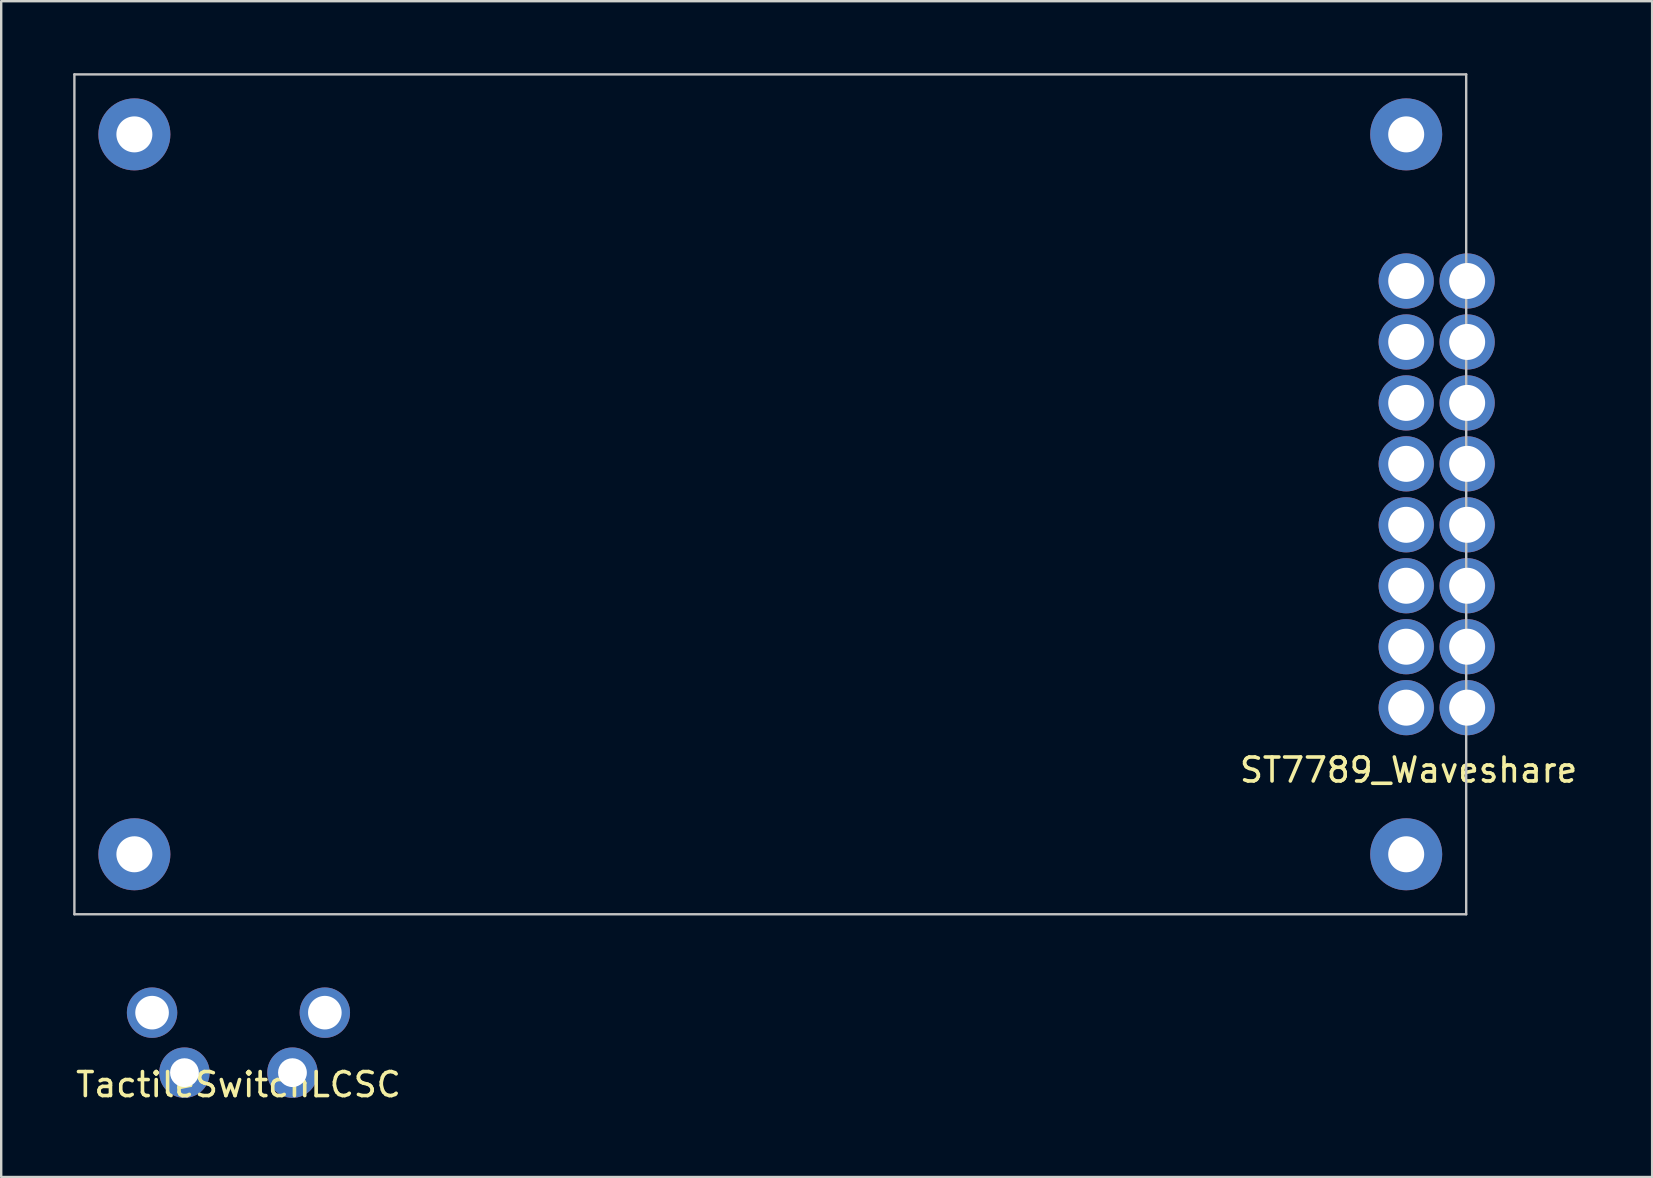
<source format=kicad_pcb>
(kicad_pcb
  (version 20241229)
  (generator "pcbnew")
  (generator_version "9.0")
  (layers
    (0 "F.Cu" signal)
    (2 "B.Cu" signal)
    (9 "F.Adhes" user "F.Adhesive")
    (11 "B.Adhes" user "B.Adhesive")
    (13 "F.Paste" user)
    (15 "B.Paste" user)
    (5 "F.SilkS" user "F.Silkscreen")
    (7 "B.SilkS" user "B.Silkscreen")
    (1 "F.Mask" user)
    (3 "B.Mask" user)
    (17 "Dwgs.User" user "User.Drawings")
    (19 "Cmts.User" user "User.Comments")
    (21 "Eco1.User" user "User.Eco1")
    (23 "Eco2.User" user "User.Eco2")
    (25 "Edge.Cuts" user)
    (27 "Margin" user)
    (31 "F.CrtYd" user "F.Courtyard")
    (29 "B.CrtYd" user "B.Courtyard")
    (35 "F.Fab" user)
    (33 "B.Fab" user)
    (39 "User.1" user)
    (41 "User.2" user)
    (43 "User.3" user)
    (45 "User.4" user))
  (footprint "TactileSwitchLCSC"
    (layer "F.Cu")
    (at 6.887 41.65)
    (property "Reference" "TactileSwitchLCSC" (at 0 0.5 0) (layer "F.SilkS") (effects (font (size 1 1) (thickness 0.15))))
    (attr through_hole)
    (pad "1" thru_hole circle (at -3.6 -2.5) (size 2.1 2.1) (drill 1.4) (layers "*.Cu" "*.Mask"))
    (pad "1" thru_hole circle (at 3.6 -2.5) (size 2.1 2.1) (drill 1.4) (layers "*.Cu" "*.Mask"))
    (pad "2" thru_hole circle (at -2.25 0) (size 2.1 2.1) (drill 1.2) (layers "*.Cu" "*.Mask"))
    (pad "2" thru_hole circle (at 2.25 0) (size 2.1 2.1) (drill 1.2) (layers "*.Cu" "*.Mask")))
  (footprint "ST7789_Waveshare"
    (layer "F.Cu")
    (at 55.55 26.44)
    (property "Reference" "ST7789_Waveshare" (at 0.1 2.6 0) (layer "F.SilkS") (effects (font (size 1 1) (thickness 0.15))))
    (attr through_hole)
    (fp_line (start -55.5 -26.39) (end -55.5 8.61) (stroke (width 0.1) (type solid)) (layer "Dwgs.User"))
    (fp_line (start -55.5 8.61) (end 2.5 8.61) (stroke (width 0.1) (type solid)) (layer "Dwgs.User"))
    (fp_line (start 2.5 -26.39) (end -55.5 -26.39) (stroke (width 0.1) (type solid)) (layer "Dwgs.User"))
    (fp_line (start 2.5 8.61) (end 2.5 -26.39) (stroke (width 0.1) (type solid)) (layer "Dwgs.User"))
    (pad "" np_thru_hole circle (at -53 -23.89) (size 3 3) (drill 1.5) (layers "*.Cu" "*.Mask"))
    (pad "" np_thru_hole circle (at -53 6.11) (size 3 3) (drill 1.5) (layers "*.Cu" "*.Mask"))
    (pad "" np_thru_hole circle (at 0 -23.89) (size 3 3) (drill 1.5) (layers "*.Cu" "*.Mask"))
    (pad "" np_thru_hole circle (at 0 6.11) (size 3 3) (drill 1.5) (layers "*.Cu" "*.Mask"))
    (pad "1" thru_hole circle (at 0 0) (size 2.3 2.3) (drill 1.5) (layers "*.Cu" "*.Mask"))
    (pad "2" thru_hole circle (at 0 -2.54) (size 2.3 2.3) (drill 1.5) (layers "*.Cu" "*.Mask"))
    (pad "3" thru_hole circle (at 0 -5.08) (size 2.3 2.3) (drill 1.5) (layers "*.Cu" "*.Mask"))
    (pad "4" thru_hole circle (at 0 -7.62) (size 2.3 2.3) (drill 1.5) (layers "*.Cu" "*.Mask"))
    (pad "5" thru_hole circle (at 0 -10.16) (size 2.3 2.3) (drill 1.5) (layers "*.Cu" "*.Mask"))
    (pad "6" thru_hole circle (at 0 -12.7) (size 2.3 2.3) (drill 1.5) (layers "*.Cu" "*.Mask"))
    (pad "7" thru_hole circle (at 0 -15.24) (size 2.3 2.3) (drill 1.5) (layers "*.Cu" "*.Mask"))
    (pad "8" thru_hole circle (at 0 -17.78) (size 2.3 2.3) (drill 1.5) (layers "*.Cu" "*.Mask"))
    (pad "9" thru_hole circle (at 2.54 -17.78) (size 2.3 2.3) (drill 1.5) (layers "*.Cu" "*.Mask"))
    (pad "10" thru_hole circle (at 2.54 -15.24) (size 2.3 2.3) (drill 1.5) (layers "*.Cu" "*.Mask"))
    (pad "11" thru_hole circle (at 2.54 -12.7) (size 2.3 2.3) (drill 1.5) (layers "*.Cu" "*.Mask"))
    (pad "12" thru_hole circle (at 2.54 -10.16) (size 2.3 2.3) (drill 1.5) (layers "*.Cu" "*.Mask"))
    (pad "13" thru_hole circle (at 2.54 -7.62) (size 2.3 2.3) (drill 1.5) (layers "*.Cu" "*.Mask"))
    (pad "14" thru_hole circle (at 2.54 -5.08) (size 2.3 2.3) (drill 1.5) (layers "*.Cu" "*.Mask"))
    (pad "15" thru_hole circle (at 2.54 -2.54) (size 2.3 2.3) (drill 1.5) (layers "*.Cu" "*.Mask"))
    (pad "16" thru_hole circle (at 2.54 0) (size 2.3 2.3) (drill 1.5) (layers "*.Cu" "*.Mask")))
  (gr_rect
    (start -3 -3)
    (end 65.799 45.998)
    (stroke (width 0.1) (type default))
    (fill no)
    (layer "Edge.Cuts")))
</source>
